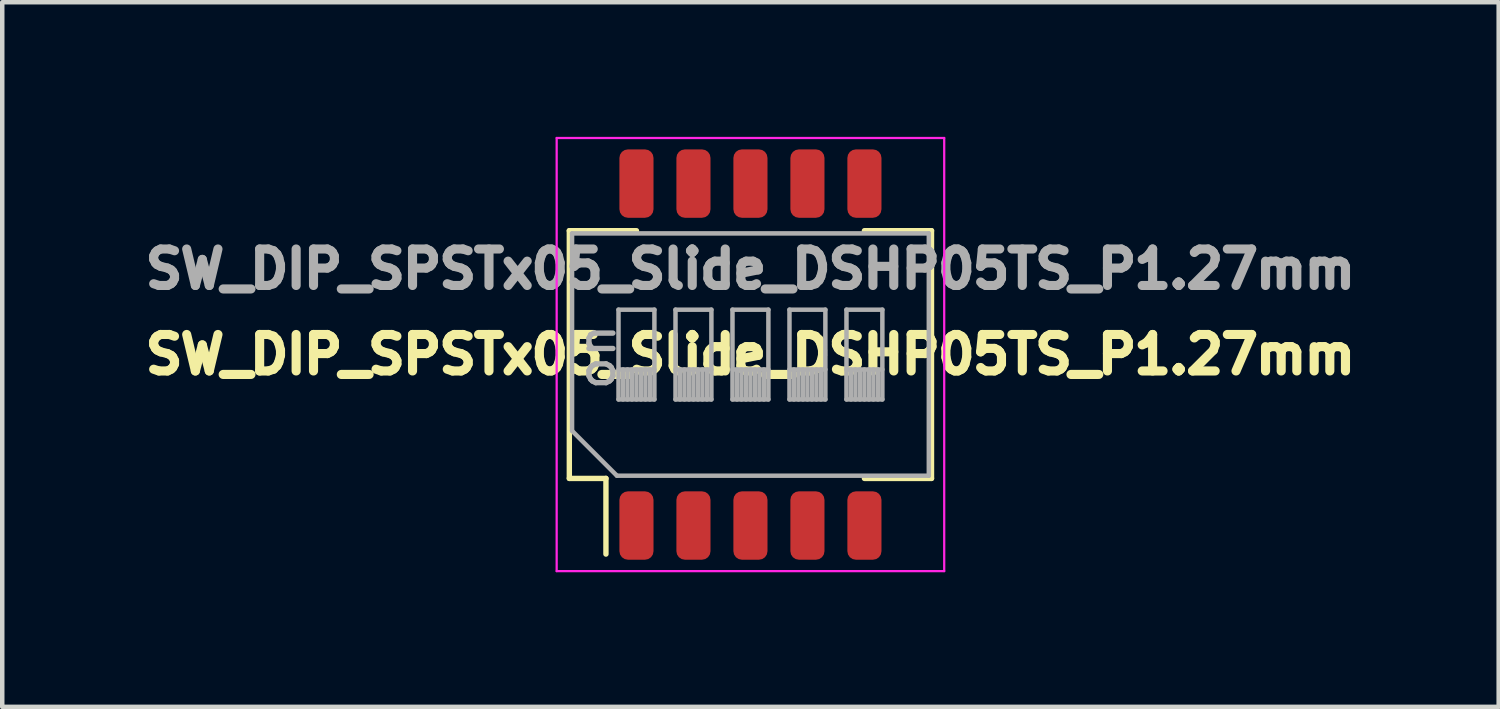
<source format=kicad_pcb>
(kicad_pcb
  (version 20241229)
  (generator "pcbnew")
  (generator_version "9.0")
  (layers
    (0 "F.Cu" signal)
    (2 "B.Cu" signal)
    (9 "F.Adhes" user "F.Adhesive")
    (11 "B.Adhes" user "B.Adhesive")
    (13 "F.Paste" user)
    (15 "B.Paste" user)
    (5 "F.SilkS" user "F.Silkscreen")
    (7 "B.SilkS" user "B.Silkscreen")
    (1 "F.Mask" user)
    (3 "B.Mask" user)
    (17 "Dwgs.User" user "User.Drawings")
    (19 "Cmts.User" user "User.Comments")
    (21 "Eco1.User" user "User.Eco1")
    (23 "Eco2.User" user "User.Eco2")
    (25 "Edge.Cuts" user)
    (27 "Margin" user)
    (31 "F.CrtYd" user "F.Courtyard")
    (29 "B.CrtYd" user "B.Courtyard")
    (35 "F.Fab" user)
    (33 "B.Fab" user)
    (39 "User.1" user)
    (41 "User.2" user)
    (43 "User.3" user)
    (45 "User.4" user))
  (footprint "SW_DIP_SPSTx05_Slide_DSHP05TS_P1.27mm"
    (layer "F.Cu")
    (at 13.673 4.851)
    (property "Reference" "SW_DIP_SPSTx05_Slide_DSHP05TS_P1.27mm" (at 0 -1.905 180) (layer "F.Fab") (effects (font (size 0.813 0.813) (thickness 0.203))))
    (attr smd)
    (fp_line (start -4.036 -2.76) (end -2.54 -2.76) (stroke (width 0.12) (type solid)) (layer "F.SilkS"))
    (fp_line (start -4.036 2.76) (end -4.036 -2.76) (stroke (width 0.12) (type solid)) (layer "F.SilkS"))
    (fp_line (start -4.036 2.76) (end -3.22 2.76) (stroke (width 0.12) (type solid)) (layer "F.SilkS"))
    (fp_line (start -3.22 4.446) (end -3.22 2.76) (stroke (width 0.12) (type solid)) (layer "F.SilkS"))
    (fp_line (start 2.54 -2.76) (end 4.035 -2.76) (stroke (width 0.12) (type solid)) (layer "F.SilkS"))
    (fp_line (start 2.54 2.76) (end 4.035 2.76) (stroke (width 0.12) (type solid)) (layer "F.SilkS"))
    (fp_line (start 4.035 2.76) (end 4.035 -2.76) (stroke (width 0.12) (type solid)) (layer "F.SilkS"))
    (fp_line (start -4.318 -4.826) (end -4.318 4.826) (stroke (width 0.05) (type solid)) (layer "F.CrtYd"))
    (fp_line (start -4.318 4.826) (end 4.318 4.826) (stroke (width 0.05) (type solid)) (layer "F.CrtYd"))
    (fp_line (start 4.318 -4.826) (end -4.318 -4.826) (stroke (width 0.05) (type solid)) (layer "F.CrtYd"))
    (fp_line (start 4.318 4.826) (end 4.318 -4.826) (stroke (width 0.05) (type solid)) (layer "F.CrtYd"))
    (fp_line (start -3.975 -2.7) (end 3.975 -2.7) (stroke (width 0.1) (type solid)) (layer "F.Fab"))
    (fp_line (start -3.975 1.7) (end -3.975 -2.7) (stroke (width 0.1) (type solid)) (layer "F.Fab"))
    (fp_line (start -2.975 2.7) (end -3.975 1.7) (stroke (width 0.1) (type solid)) (layer "F.Fab"))
    (fp_line (start -2.94 -1) (end -2.94 1) (stroke (width 0.1) (type solid)) (layer "F.Fab"))
    (fp_line (start -2.94 0.333) (end -2.14 0.333) (stroke (width 0.1) (type solid)) (layer "F.Fab"))
    (fp_line (start -2.94 1) (end -2.14 1) (stroke (width 0.1) (type solid)) (layer "F.Fab"))
    (fp_line (start -2.84 1) (end -2.84 0.333) (stroke (width 0.1) (type solid)) (layer "F.Fab"))
    (fp_line (start -2.74 1) (end -2.74 0.333) (stroke (width 0.1) (type solid)) (layer "F.Fab"))
    (fp_line (start -2.64 1) (end -2.64 0.333) (stroke (width 0.1) (type solid)) (layer "F.Fab"))
    (fp_line (start -2.54 1) (end -2.54 0.333) (stroke (width 0.1) (type solid)) (layer "F.Fab"))
    (fp_line (start -2.44 1) (end -2.44 0.333) (stroke (width 0.1) (type solid)) (layer "F.Fab"))
    (fp_line (start -2.34 1) (end -2.34 0.333) (stroke (width 0.1) (type solid)) (layer "F.Fab"))
    (fp_line (start -2.24 1) (end -2.24 0.333) (stroke (width 0.1) (type solid)) (layer "F.Fab"))
    (fp_line (start -2.14 -1) (end -2.94 -1) (stroke (width 0.1) (type solid)) (layer "F.Fab"))
    (fp_line (start -2.14 1) (end -2.14 -1) (stroke (width 0.1) (type solid)) (layer "F.Fab"))
    (fp_line (start -1.67 -1) (end -1.67 1) (stroke (width 0.1) (type solid)) (layer "F.Fab"))
    (fp_line (start -1.67 0.333) (end -0.87 0.333) (stroke (width 0.1) (type solid)) (layer "F.Fab"))
    (fp_line (start -1.67 1) (end -0.87 1) (stroke (width 0.1) (type solid)) (layer "F.Fab"))
    (fp_line (start -1.57 1) (end -1.57 0.333) (stroke (width 0.1) (type solid)) (layer "F.Fab"))
    (fp_line (start -1.47 1) (end -1.47 0.333) (stroke (width 0.1) (type solid)) (layer "F.Fab"))
    (fp_line (start -1.37 1) (end -1.37 0.333) (stroke (width 0.1) (type solid)) (layer "F.Fab"))
    (fp_line (start -1.27 1) (end -1.27 0.333) (stroke (width 0.1) (type solid)) (layer "F.Fab"))
    (fp_line (start -1.17 1) (end -1.17 0.333) (stroke (width 0.1) (type solid)) (layer "F.Fab"))
    (fp_line (start -1.07 1) (end -1.07 0.333) (stroke (width 0.1) (type solid)) (layer "F.Fab"))
    (fp_line (start -0.97 1) (end -0.97 0.333) (stroke (width 0.1) (type solid)) (layer "F.Fab"))
    (fp_line (start -0.87 -1) (end -1.67 -1) (stroke (width 0.1) (type solid)) (layer "F.Fab"))
    (fp_line (start -0.87 1) (end -0.87 -1) (stroke (width 0.1) (type solid)) (layer "F.Fab"))
    (fp_line (start -0.4 -1) (end -0.4 1) (stroke (width 0.1) (type solid)) (layer "F.Fab"))
    (fp_line (start -0.4 0.333) (end 0.4 0.333) (stroke (width 0.1) (type solid)) (layer "F.Fab"))
    (fp_line (start -0.4 1) (end 0.4 1) (stroke (width 0.1) (type solid)) (layer "F.Fab"))
    (fp_line (start -0.3 1) (end -0.3 0.333) (stroke (width 0.1) (type solid)) (layer "F.Fab"))
    (fp_line (start -0.2 1) (end -0.2 0.333) (stroke (width 0.1) (type solid)) (layer "F.Fab"))
    (fp_line (start -0.1 1) (end -0.1 0.333) (stroke (width 0.1) (type solid)) (layer "F.Fab"))
    (fp_line (start 0 1) (end 0 0.333) (stroke (width 0.1) (type solid)) (layer "F.Fab"))
    (fp_line (start 0.1 1) (end 0.1 0.333) (stroke (width 0.1) (type solid)) (layer "F.Fab"))
    (fp_line (start 0.2 1) (end 0.2 0.333) (stroke (width 0.1) (type solid)) (layer "F.Fab"))
    (fp_line (start 0.3 1) (end 0.3 0.333) (stroke (width 0.1) (type solid)) (layer "F.Fab"))
    (fp_line (start 0.4 -1) (end -0.4 -1) (stroke (width 0.1) (type solid)) (layer "F.Fab"))
    (fp_line (start 0.4 1) (end 0.4 -1) (stroke (width 0.1) (type solid)) (layer "F.Fab"))
    (fp_line (start 0.87 -1) (end 0.87 1) (stroke (width 0.1) (type solid)) (layer "F.Fab"))
    (fp_line (start 0.87 0.333) (end 1.67 0.333) (stroke (width 0.1) (type solid)) (layer "F.Fab"))
    (fp_line (start 0.87 1) (end 1.67 1) (stroke (width 0.1) (type solid)) (layer "F.Fab"))
    (fp_line (start 0.97 1) (end 0.97 0.333) (stroke (width 0.1) (type solid)) (layer "F.Fab"))
    (fp_line (start 1.07 1) (end 1.07 0.333) (stroke (width 0.1) (type solid)) (layer "F.Fab"))
    (fp_line (start 1.17 1) (end 1.17 0.333) (stroke (width 0.1) (type solid)) (layer "F.Fab"))
    (fp_line (start 1.27 1) (end 1.27 0.333) (stroke (width 0.1) (type solid)) (layer "F.Fab"))
    (fp_line (start 1.37 1) (end 1.37 0.333) (stroke (width 0.1) (type solid)) (layer "F.Fab"))
    (fp_line (start 1.47 1) (end 1.47 0.333) (stroke (width 0.1) (type solid)) (layer "F.Fab"))
    (fp_line (start 1.57 1) (end 1.57 0.333) (stroke (width 0.1) (type solid)) (layer "F.Fab"))
    (fp_line (start 1.67 -1) (end 0.87 -1) (stroke (width 0.1) (type solid)) (layer "F.Fab"))
    (fp_line (start 1.67 1) (end 1.67 -1) (stroke (width 0.1) (type solid)) (layer "F.Fab"))
    (fp_line (start 2.14 -1) (end 2.14 1) (stroke (width 0.1) (type solid)) (layer "F.Fab"))
    (fp_line (start 2.14 0.333) (end 2.94 0.333) (stroke (width 0.1) (type solid)) (layer "F.Fab"))
    (fp_line (start 2.14 1) (end 2.94 1) (stroke (width 0.1) (type solid)) (layer "F.Fab"))
    (fp_line (start 2.24 1) (end 2.24 0.333) (stroke (width 0.1) (type solid)) (layer "F.Fab"))
    (fp_line (start 2.34 1) (end 2.34 0.333) (stroke (width 0.1) (type solid)) (layer "F.Fab"))
    (fp_line (start 2.44 1) (end 2.44 0.333) (stroke (width 0.1) (type solid)) (layer "F.Fab"))
    (fp_line (start 2.54 1) (end 2.54 0.333) (stroke (width 0.1) (type solid)) (layer "F.Fab"))
    (fp_line (start 2.64 1) (end 2.64 0.333) (stroke (width 0.1) (type solid)) (layer "F.Fab"))
    (fp_line (start 2.74 1) (end 2.74 0.333) (stroke (width 0.1) (type solid)) (layer "F.Fab"))
    (fp_line (start 2.84 1) (end 2.84 0.333) (stroke (width 0.1) (type solid)) (layer "F.Fab"))
    (fp_line (start 2.94 -1) (end 2.14 -1) (stroke (width 0.1) (type solid)) (layer "F.Fab"))
    (fp_line (start 2.94 1) (end 2.94 -1) (stroke (width 0.1) (type solid)) (layer "F.Fab"))
    (fp_line (start 3.975 -2.7) (end 3.975 2.7) (stroke (width 0.1) (type solid)) (layer "F.Fab"))
    (fp_line (start 3.975 2.7) (end -2.975 2.7) (stroke (width 0.1) (type solid)) (layer "F.Fab"))
    (fp_text user "${REFERENCE}" (at 0 0 180) (layer "F.SilkS") (effects (font (size 0.813 0.813) (thickness 0.203))))
    (fp_text user "on" (at -3.429 0.055 90) (layer "F.Fab") (effects (font (size 0.8 0.8) (thickness 0.12))))
    (pad "1" smd roundrect (at -2.54 3.81 90) (size 1.524 0.76) (layers "F.Cu" "F.Mask" "F.Paste") (roundrect_rratio 0.25))
    (pad "2" smd roundrect (at -1.27 3.81 90) (size 1.524 0.76) (layers "F.Cu" "F.Mask" "F.Paste") (roundrect_rratio 0.25))
    (pad "3" smd roundrect (at 0 3.81 90) (size 1.524 0.76) (layers "F.Cu" "F.Mask" "F.Paste") (roundrect_rratio 0.25))
    (pad "4" smd roundrect (at 1.27 3.81 90) (size 1.524 0.76) (layers "F.Cu" "F.Mask" "F.Paste") (roundrect_rratio 0.25))
    (pad "5" smd roundrect (at 2.54 3.81 90) (size 1.524 0.76) (layers "F.Cu" "F.Mask" "F.Paste") (roundrect_rratio 0.25))
    (pad "6" smd roundrect (at 2.54 -3.81 90) (size 1.524 0.76) (layers "F.Cu" "F.Mask" "F.Paste") (roundrect_rratio 0.25))
    (pad "7" smd roundrect (at 1.27 -3.81 90) (size 1.524 0.76) (layers "F.Cu" "F.Mask" "F.Paste") (roundrect_rratio 0.25))
    (pad "8" smd roundrect (at 0 -3.81 90) (size 1.524 0.76) (layers "F.Cu" "F.Mask" "F.Paste") (roundrect_rratio 0.25))
    (pad "9" smd roundrect (at -1.27 -3.81 90) (size 1.524 0.76) (layers "F.Cu" "F.Mask" "F.Paste") (roundrect_rratio 0.25))
    (pad "10" smd roundrect (at -2.54 -3.81 90) (size 1.524 0.76) (layers "F.Cu" "F.Mask" "F.Paste") (roundrect_rratio 0.25)))
  (gr_rect
    (start -3 -3)
    (end 30.347 12.702)
    (stroke (width 0.1) (type default))
    (fill no)
    (layer "Edge.Cuts")))
</source>
